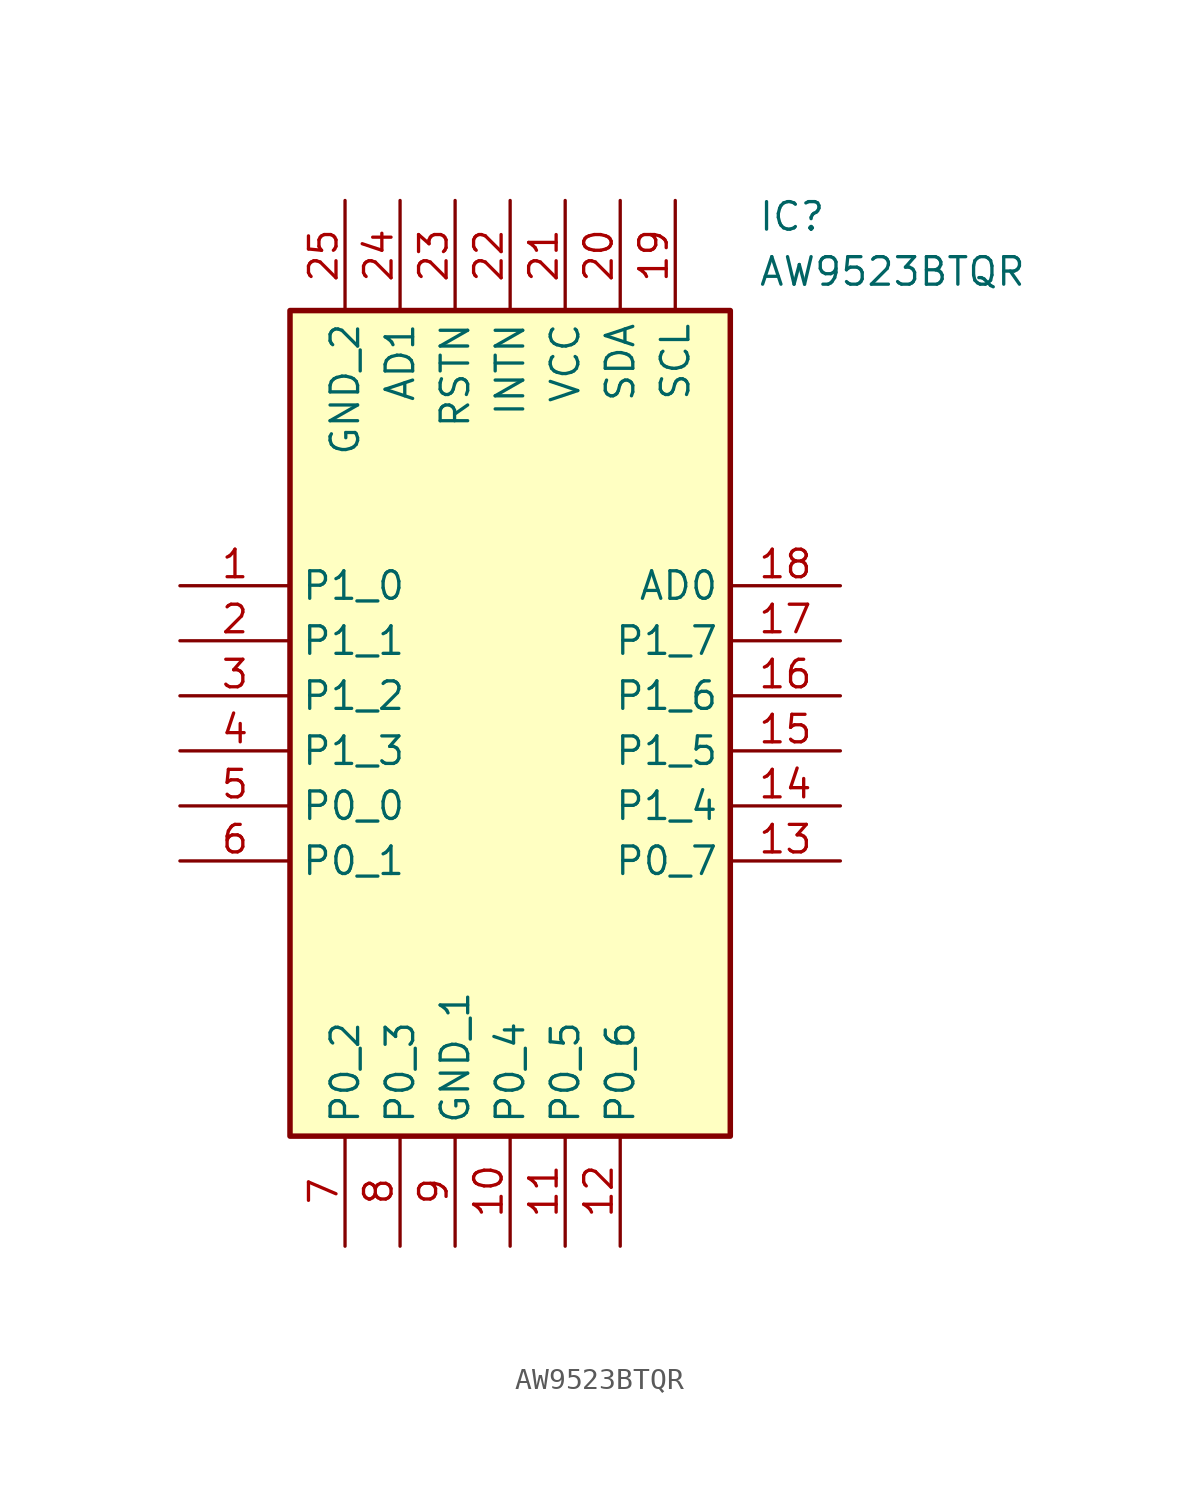
<source format=kicad_sym>
(kicad_symbol_lib
  (version 20211014)
  (generator SamacSys_ECAD_Model)
  (symbol "AW9523BTQR"
    (property "Reference" "IC"
      (at 26.67 17.78 0)
      (effects (font (size 1.27 1.27)) (justify left top)))
    (property "Value" "AW9523BTQR"
      (at 26.67 15.24 0)
      (effects (font (size 1.27 1.27)) (justify left top)))
    (rectangle
      (start 5.08 12.7)
      (end 25.4 -25.4)
      (stroke (width 0.254) (type default))
      (fill (type background)))
    (pin passive line
      (at 0 0 0)
      (length 5.08)
      (name "P1_0" (effects (font (size 1.27 1.27))))
      (number "1" (effects (font (size 1.27 1.27)))))
    (pin passive line
      (at 0 -2.54 0)
      (length 5.08)
      (name "P1_1" (effects (font (size 1.27 1.27))))
      (number "2" (effects (font (size 1.27 1.27)))))
    (pin passive line
      (at 0 -5.08 0)
      (length 5.08)
      (name "P1_2" (effects (font (size 1.27 1.27))))
      (number "3" (effects (font (size 1.27 1.27)))))
    (pin passive line
      (at 0 -7.62 0)
      (length 5.08)
      (name "P1_3" (effects (font (size 1.27 1.27))))
      (number "4" (effects (font (size 1.27 1.27)))))
    (pin passive line
      (at 0 -10.16 0)
      (length 5.08)
      (name "P0_0" (effects (font (size 1.27 1.27))))
      (number "5" (effects (font (size 1.27 1.27)))))
    (pin passive line
      (at 0 -12.7 0)
      (length 5.08)
      (name "P0_1" (effects (font (size 1.27 1.27))))
      (number "6" (effects (font (size 1.27 1.27)))))
    (pin passive line
      (at 7.62 -30.48 90)
      (length 5.08)
      (name "P0_2" (effects (font (size 1.27 1.27))))
      (number "7" (effects (font (size 1.27 1.27)))))
    (pin passive line
      (at 10.16 -30.48 90)
      (length 5.08)
      (name "P0_3" (effects (font (size 1.27 1.27))))
      (number "8" (effects (font (size 1.27 1.27)))))
    (pin passive line
      (at 12.7 -30.48 90)
      (length 5.08)
      (name "GND_1" (effects (font (size 1.27 1.27))))
      (number "9" (effects (font (size 1.27 1.27)))))
    (pin passive line
      (at 15.24 -30.48 90)
      (length 5.08)
      (name "P0_4" (effects (font (size 1.27 1.27))))
      (number "10" (effects (font (size 1.27 1.27)))))
    (pin passive line
      (at 17.78 -30.48 90)
      (length 5.08)
      (name "P0_5" (effects (font (size 1.27 1.27))))
      (number "11" (effects (font (size 1.27 1.27)))))
    (pin passive line
      (at 20.32 -30.48 90)
      (length 5.08)
      (name "P0_6" (effects (font (size 1.27 1.27))))
      (number "12" (effects (font (size 1.27 1.27)))))
    (pin passive line
      (at 30.48 0 180)
      (length 5.08)
      (name "AD0" (effects (font (size 1.27 1.27))))
      (number "18" (effects (font (size 1.27 1.27)))))
    (pin passive line
      (at 30.48 -2.54 180)
      (length 5.08)
      (name "P1_7" (effects (font (size 1.27 1.27))))
      (number "17" (effects (font (size 1.27 1.27)))))
    (pin passive line
      (at 30.48 -5.08 180)
      (length 5.08)
      (name "P1_6" (effects (font (size 1.27 1.27))))
      (number "16" (effects (font (size 1.27 1.27)))))
    (pin passive line
      (at 30.48 -7.62 180)
      (length 5.08)
      (name "P1_5" (effects (font (size 1.27 1.27))))
      (number "15" (effects (font (size 1.27 1.27)))))
    (pin passive line
      (at 30.48 -10.16 180)
      (length 5.08)
      (name "P1_4" (effects (font (size 1.27 1.27))))
      (number "14" (effects (font (size 1.27 1.27)))))
    (pin passive line
      (at 30.48 -12.7 180)
      (length 5.08)
      (name "P0_7" (effects (font (size 1.27 1.27))))
      (number "13" (effects (font (size 1.27 1.27)))))
    (pin passive line
      (at 7.62 17.78 270)
      (length 5.08)
      (name "GND_2" (effects (font (size 1.27 1.27))))
      (number "25" (effects (font (size 1.27 1.27)))))
    (pin passive line
      (at 10.16 17.78 270)
      (length 5.08)
      (name "AD1" (effects (font (size 1.27 1.27))))
      (number "24" (effects (font (size 1.27 1.27)))))
    (pin passive line
      (at 12.7 17.78 270)
      (length 5.08)
      (name "RSTN" (effects (font (size 1.27 1.27))))
      (number "23" (effects (font (size 1.27 1.27)))))
    (pin passive line
      (at 15.24 17.78 270)
      (length 5.08)
      (name "INTN" (effects (font (size 1.27 1.27))))
      (number "22" (effects (font (size 1.27 1.27)))))
    (pin passive line
      (at 17.78 17.78 270)
      (length 5.08)
      (name "VCC" (effects (font (size 1.27 1.27))))
      (number "21" (effects (font (size 1.27 1.27)))))
    (pin passive line
      (at 20.32 17.78 270)
      (length 5.08)
      (name "SDA" (effects (font (size 1.27 1.27))))
      (number "20" (effects (font (size 1.27 1.27)))))
    (pin passive line
      (at 22.86 17.78 270)
      (length 5.08)
      (name "SCL" (effects (font (size 1.27 1.27))))
      (number "19" (effects (font (size 1.27 1.27)))))))
</source>
